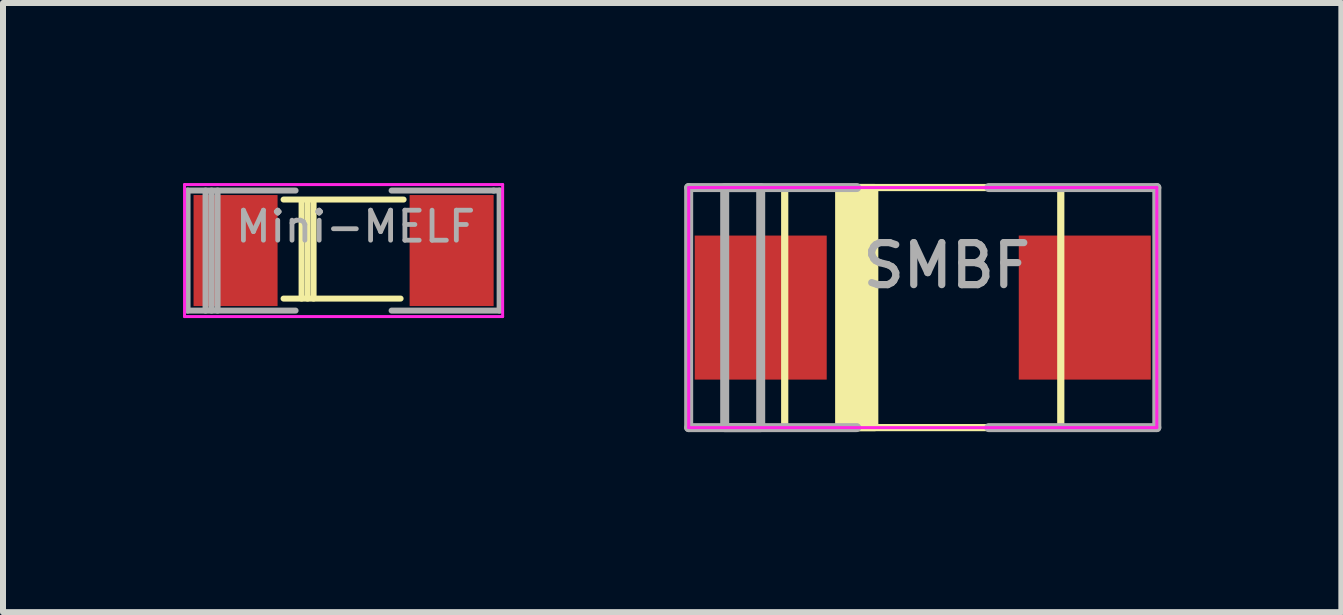
<source format=kicad_pcb>
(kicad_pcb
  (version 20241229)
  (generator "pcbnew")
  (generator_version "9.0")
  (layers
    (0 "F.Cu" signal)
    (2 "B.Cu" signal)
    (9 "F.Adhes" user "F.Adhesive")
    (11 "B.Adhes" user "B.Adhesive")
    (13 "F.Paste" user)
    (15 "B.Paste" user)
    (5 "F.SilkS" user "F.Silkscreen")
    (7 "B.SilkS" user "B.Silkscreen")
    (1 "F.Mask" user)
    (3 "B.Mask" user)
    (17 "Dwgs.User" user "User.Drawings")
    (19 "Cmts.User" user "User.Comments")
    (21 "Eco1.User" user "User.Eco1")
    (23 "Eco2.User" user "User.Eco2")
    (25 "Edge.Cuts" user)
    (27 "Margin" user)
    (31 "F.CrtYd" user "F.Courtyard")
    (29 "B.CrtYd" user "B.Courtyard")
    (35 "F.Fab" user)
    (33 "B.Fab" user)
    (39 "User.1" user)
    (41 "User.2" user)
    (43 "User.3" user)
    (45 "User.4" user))
  (footprint "SMBF"
    (layer "F.Cu")
    (at 12.325 2.075)
    (property "Reference" "SMBF" (at 0.4 -0.7 0) (layer "F.Fab") (effects (font (size 0.7 0.7) (thickness 0.12) (bold yes))))
    (attr smd)
    (fp_line (start -2.3 -2) (end 2.3 -2) (stroke (width 0.12) (type solid)) (layer "F.SilkS"))
    (fp_line (start -2.3 2) (end -2.3 -2) (stroke (width 0.12) (type solid)) (layer "F.SilkS"))
    (fp_line (start -2.3 2) (end 2.3 2) (stroke (width 0.12) (type solid)) (layer "F.SilkS"))
    (fp_line (start 2.3 -2) (end 2.3 2) (stroke (width 0.12) (type solid)) (layer "F.SilkS"))
    (fp_poly (pts (xy -0.8 2) (xy -1.4 2) (xy -1.4 -2) (xy -0.8 -2)) (stroke (width 0.12) (type solid)) (fill yes) (layer "F.SilkS"))
    (fp_line (start -3.9 2) (end -3.9 -2) (stroke (width 0.05) (type solid)) (layer "F.CrtYd"))
    (fp_line (start 3.9 -2) (end -3.9 -2) (stroke (width 0.05) (type solid)) (layer "F.CrtYd"))
    (fp_line (start 3.9 2) (end -3.9 2) (stroke (width 0.05) (type solid)) (layer "F.CrtYd"))
    (fp_line (start 3.9 2) (end 3.9 -2) (stroke (width 0.05) (type solid)) (layer "F.CrtYd"))
    (fp_line (start -3.9 -2) (end -3.9 2) (stroke (width 0.15) (type solid)) (layer "F.Fab"))
    (fp_line (start -3.9 -2) (end -1.1 -2) (stroke (width 0.15) (type solid)) (layer "F.Fab"))
    (fp_line (start -3.9 2) (end -1.1 2) (stroke (width 0.15) (type solid)) (layer "F.Fab"))
    (fp_line (start 1.1 -2) (end 3.9 -2) (stroke (width 0.15) (type solid)) (layer "F.Fab"))
    (fp_line (start 3.9 -2) (end 3.9 2) (stroke (width 0.15) (type solid)) (layer "F.Fab"))
    (fp_line (start 3.9 2) (end 1.1 2) (stroke (width 0.15) (type solid)) (layer "F.Fab"))
    (fp_poly (pts (xy -2.7 2) (xy -3.3 2) (xy -3.3 -2) (xy -2.7 -2)) (stroke (width 0.15) (type solid)) (fill no) (layer "F.Fab"))
    (pad "1" smd rect (at -2.7 0) (size 2.2 2.4) (layers "F.Cu" "F.Mask" "F.Paste"))
    (pad "2" smd rect (at 2.7 0) (size 2.2 2.4) (layers "F.Cu" "F.Mask" "F.Paste")))
  (footprint "Mini-MELF"
    (layer "F.Cu")
    (at 2.675 1.125)
    (property "Reference" "Mini-MELF" (at 0.2 -0.4 0) (layer "F.Fab") (effects (font (size 0.5 0.5) (thickness 0.08))))
    (attr smd)
    (fp_line (start -1 -0.85) (end 1 -0.85) (stroke (width 0.1) (type solid)) (layer "F.SilkS"))
    (fp_line (start -0.7 -0.8) (end -0.7 0.8) (stroke (width 0.1) (type solid)) (layer "F.SilkS"))
    (fp_line (start -0.6 0.8) (end -0.6 -0.8) (stroke (width 0.1) (type solid)) (layer "F.SilkS"))
    (fp_line (start -0.5 -0.8) (end -0.5 0.8) (stroke (width 0.1) (type solid)) (layer "F.SilkS"))
    (fp_line (start 0.95 0.8) (end -1 0.8) (stroke (width 0.1) (type solid)) (layer "F.SilkS"))
    (fp_line (start -2.65 -1.1) (end 2.65 -1.1) (stroke (width 0.05) (type solid)) (layer "F.CrtYd"))
    (fp_line (start -2.65 1.1) (end -2.65 -1.1) (stroke (width 0.05) (type solid)) (layer "F.CrtYd"))
    (fp_line (start 2.65 -1.1) (end 2.65 1.1) (stroke (width 0.05) (type solid)) (layer "F.CrtYd"))
    (fp_line (start 2.65 1.1) (end -2.65 1.1) (stroke (width 0.05) (type solid)) (layer "F.CrtYd"))
    (fp_line (start -2.6 -1) (end -2.6 1) (stroke (width 0.1) (type solid)) (layer "F.Fab"))
    (fp_line (start -2.6 1) (end -0.8 1) (stroke (width 0.1) (type solid)) (layer "F.Fab"))
    (fp_line (start -2.3 -1) (end -2.3 1) (stroke (width 0.1) (type solid)) (layer "F.Fab"))
    (fp_line (start -2.2 1) (end -2.2 -1) (stroke (width 0.1) (type solid)) (layer "F.Fab"))
    (fp_line (start -2.1 -1) (end -2.1 1) (stroke (width 0.1) (type solid)) (layer "F.Fab"))
    (fp_line (start -0.8 -1) (end -2.6 -1) (stroke (width 0.1) (type solid)) (layer "F.Fab"))
    (fp_line (start 0.8 -1) (end 2.5 -1) (stroke (width 0.1) (type solid)) (layer "F.Fab"))
    (fp_line (start 2.5 -1) (end 2.6 -1) (stroke (width 0.1) (type solid)) (layer "F.Fab"))
    (fp_line (start 2.6 -1) (end 2.6 1) (stroke (width 0.1) (type solid)) (layer "F.Fab"))
    (fp_line (start 2.6 1) (end 0.8 1) (stroke (width 0.1) (type solid)) (layer "F.Fab"))
    (pad "1" smd rect (at -1.8 0) (size 1.4 1.85) (layers "F.Cu" "F.Mask" "F.Paste"))
    (pad "2" smd rect (at 1.8 0) (size 1.4 1.85) (layers "F.Cu" "F.Mask" "F.Paste")))
  (gr_rect
    (start -3 -3)
    (end 19.3 7.15)
    (stroke (width 0.1) (type default))
    (fill no)
    (layer "Edge.Cuts")))
</source>
